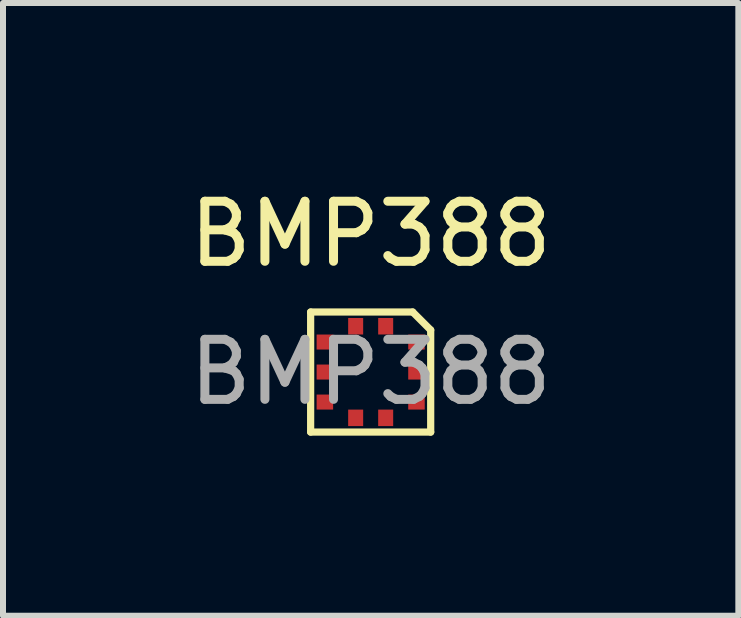
<source format=kicad_pcb>
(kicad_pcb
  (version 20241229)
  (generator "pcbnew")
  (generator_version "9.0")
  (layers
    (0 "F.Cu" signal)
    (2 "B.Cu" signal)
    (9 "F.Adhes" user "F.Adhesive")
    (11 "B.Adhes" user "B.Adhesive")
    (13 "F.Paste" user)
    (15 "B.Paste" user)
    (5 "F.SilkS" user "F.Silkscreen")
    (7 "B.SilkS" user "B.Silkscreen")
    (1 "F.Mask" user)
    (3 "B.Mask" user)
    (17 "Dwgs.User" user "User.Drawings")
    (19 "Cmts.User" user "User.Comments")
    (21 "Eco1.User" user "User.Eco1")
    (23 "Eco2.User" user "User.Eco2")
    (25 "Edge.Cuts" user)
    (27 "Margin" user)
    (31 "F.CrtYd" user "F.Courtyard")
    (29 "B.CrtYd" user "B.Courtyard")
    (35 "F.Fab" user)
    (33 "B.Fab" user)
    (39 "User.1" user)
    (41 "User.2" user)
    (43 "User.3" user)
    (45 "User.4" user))
  (footprint "BMP388"
    (layer "F.Cu")
    (at 3.125 3.148)
    (property "Reference" "BMP388" (at 0 -2.3 0) (unlocked yes) (layer "F.SilkS") (effects (font (size 1 1) (thickness 0.15))))
    (attr smd)
    (fp_line (start -1 -1) (end 0.7 -1) (stroke (width 0.12) (type solid)) (layer "F.SilkS"))
    (fp_line (start -1 1) (end -1 -1) (stroke (width 0.12) (type solid)) (layer "F.SilkS"))
    (fp_line (start 0.7 -1) (end 1 -0.7) (stroke (width 0.12) (type solid)) (layer "F.SilkS"))
    (fp_line (start 1 -0.7) (end 1 1) (stroke (width 0.12) (type solid)) (layer "F.SilkS"))
    (fp_line (start 1 1) (end -1 1) (stroke (width 0.12) (type solid)) (layer "F.SilkS"))
    (fp_text user "${REFERENCE}" (at 0 0 0) (unlocked yes) (layer "F.Fab") (effects (font (size 1 1) (thickness 0.15))))
    (pad "1" smd rect (at 0.25 -0.763) (size 0.25 0.275) (layers "F.Cu" "F.Mask" "F.Paste"))
    (pad "2" smd rect (at -0.25 -0.763) (size 0.25 0.275) (layers "F.Cu" "F.Mask" "F.Paste"))
    (pad "3" smd rect (at -0.763 -0.5) (size 0.275 0.25) (layers "F.Cu" "F.Mask" "F.Paste"))
    (pad "4" smd rect (at -0.763 0) (size 0.275 0.25) (layers "F.Cu" "F.Mask" "F.Paste"))
    (pad "5" smd rect (at -0.763 0.5) (size 0.275 0.25) (layers "F.Cu" "F.Mask" "F.Paste"))
    (pad "6" smd rect (at -0.25 0.763) (size 0.25 0.275) (layers "F.Cu" "F.Mask" "F.Paste"))
    (pad "7" smd rect (at 0.25 0.763) (size 0.25 0.275) (layers "F.Cu" "F.Mask" "F.Paste"))
    (pad "8" smd rect (at 0.763 0.5) (size 0.275 0.25) (layers "F.Cu" "F.Mask" "F.Paste"))
    (pad "9" smd rect (at 0.763 0) (size 0.275 0.25) (layers "F.Cu" "F.Mask" "F.Paste"))
    (pad "10" smd rect (at 0.763 -0.5) (size 0.275 0.25) (layers "F.Cu" "F.Mask" "F.Paste")))
  (gr_rect
    (start -3 -3)
    (end 9.25 7.208)
    (stroke (width 0.1) (type default))
    (fill no)
    (layer "Edge.Cuts")))
</source>
